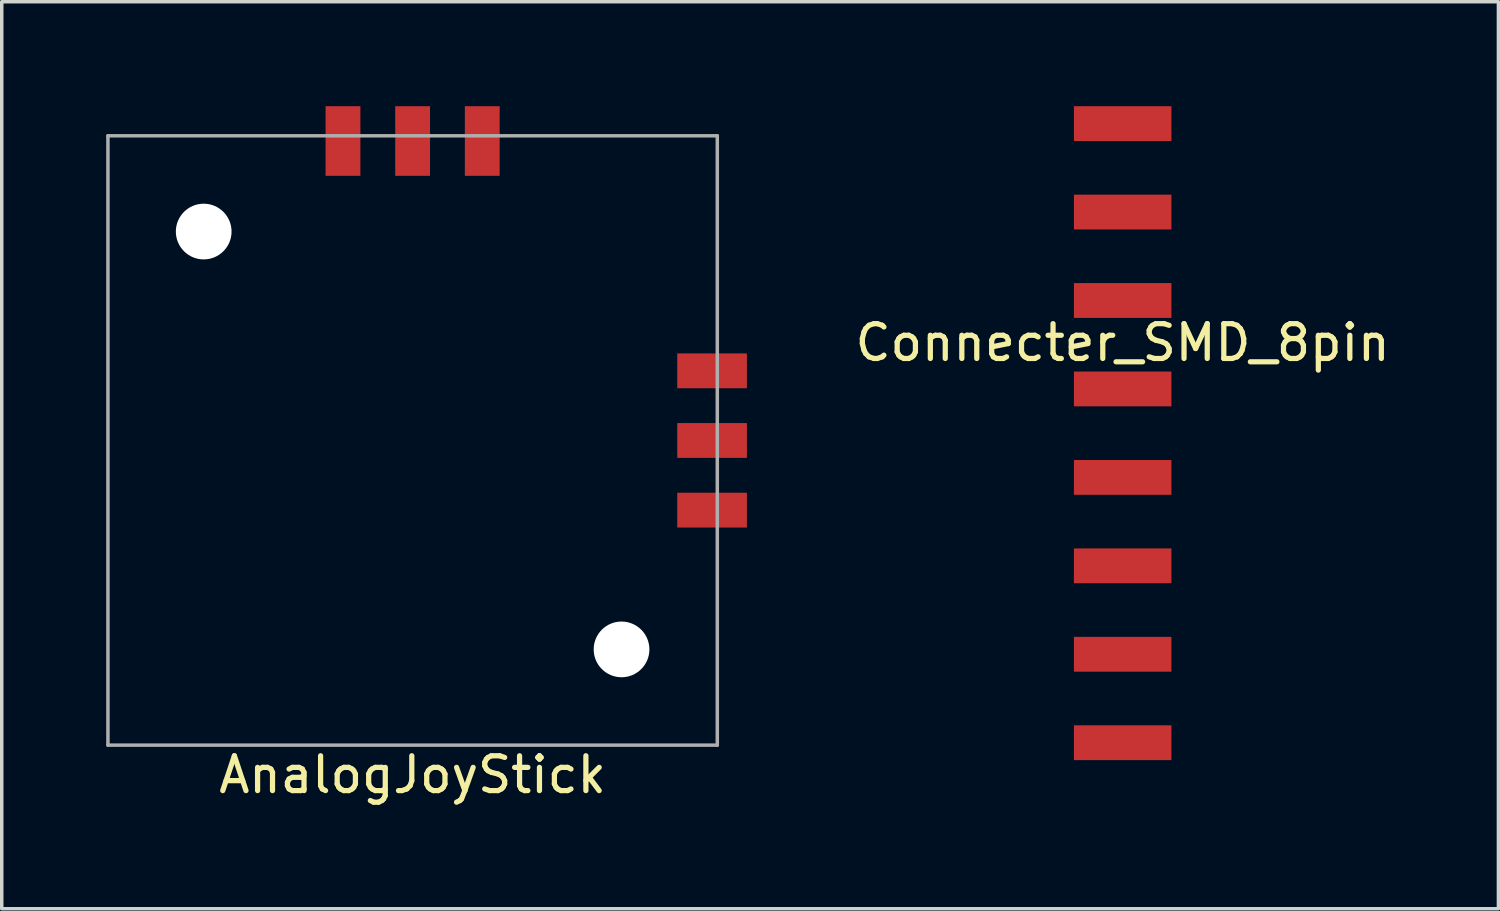
<source format=kicad_pcb>
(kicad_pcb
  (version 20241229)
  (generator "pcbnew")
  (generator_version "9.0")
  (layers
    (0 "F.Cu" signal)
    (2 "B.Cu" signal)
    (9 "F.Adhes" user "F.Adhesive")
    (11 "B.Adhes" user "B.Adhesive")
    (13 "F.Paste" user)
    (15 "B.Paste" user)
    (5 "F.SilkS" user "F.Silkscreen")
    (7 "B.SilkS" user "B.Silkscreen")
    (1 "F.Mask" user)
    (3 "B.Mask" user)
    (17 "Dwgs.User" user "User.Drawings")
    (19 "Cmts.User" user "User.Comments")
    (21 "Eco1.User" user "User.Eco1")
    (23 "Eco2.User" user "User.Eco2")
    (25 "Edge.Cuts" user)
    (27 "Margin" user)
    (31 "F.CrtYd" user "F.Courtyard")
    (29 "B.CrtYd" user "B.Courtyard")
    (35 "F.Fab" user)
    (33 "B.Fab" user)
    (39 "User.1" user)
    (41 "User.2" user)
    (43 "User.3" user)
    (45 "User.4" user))
  (footprint "Connecter_SMD_8pin"
    (layer "F.Cu")
    (at 29.192 9.39)
    (property "Reference" "Connecter_SMD_8pin" (at 0 -2.6 0) (layer "F.SilkS") (effects (font (size 1 1) (thickness 0.15))))
    (attr through_hole)
    (pad "1" smd rect (at 0 8.89) (size 2.8 1) (layers "F.Cu" "F.Mask" "F.Paste"))
    (pad "2" smd rect (at 0 6.35) (size 2.8 1) (layers "F.Cu" "F.Mask" "F.Paste"))
    (pad "3" smd rect (at 0 3.81) (size 2.8 1) (layers "F.Cu" "F.Mask" "F.Paste"))
    (pad "4" smd rect (at 0 1.27) (size 2.8 1) (layers "F.Cu" "F.Mask" "F.Paste"))
    (pad "5" smd rect (at 0 -1.27) (size 2.8 1) (layers "F.Cu" "F.Mask" "F.Paste"))
    (pad "6" smd rect (at 0 -3.81) (size 2.8 1) (layers "F.Cu" "F.Mask" "F.Paste"))
    (pad "7" smd rect (at 0 -6.35) (size 2.8 1) (layers "F.Cu" "F.Mask" "F.Paste"))
    (pad "8" smd rect (at 0 -8.89) (size 2.8 1) (layers "F.Cu" "F.Mask" "F.Paste")))
  (footprint "AnalogJoyStick"
    (layer "F.Cu")
    (at 8.8 9.6)
    (property "Reference" "AnalogJoyStick" (at 0 9.6 0) (layer "F.SilkS") (effects (font (size 1 1) (thickness 0.15))))
    (attr through_hole)
    (fp_line (start -8.75 -8.75) (end -8.75 8.75) (stroke (width 0.1) (type solid)) (layer "F.Fab"))
    (fp_line (start -8.75 -8.75) (end 8.75 -8.75) (stroke (width 0.1) (type solid)) (layer "F.Fab"))
    (fp_line (start -8.75 8.75) (end 8.75 8.75) (stroke (width 0.1) (type solid)) (layer "F.Fab"))
    (fp_line (start 8.75 -8.75) (end 8.75 8.75) (stroke (width 0.1) (type solid)) (layer "F.Fab"))
    (pad "" np_thru_hole circle (at -6 -6) (size 1.6 1.6) (drill 1.6) (layers "*.Cu" "*.Mask"))
    (pad "" np_thru_hole circle (at 6 6) (size 1.6 1.6) (drill 1.6) (layers "*.Cu" "*.Mask"))
    (pad "1" smd rect (at 2 -8.6) (size 1 2) (layers "F.Cu" "F.Mask" "F.Paste"))
    (pad "2" smd rect (at 0 -8.6) (size 1 2) (layers "F.Cu" "F.Mask" "F.Paste"))
    (pad "3" smd rect (at -2 -8.6) (size 1 2) (layers "F.Cu" "F.Mask" "F.Paste"))
    (pad "4" smd rect (at 8.6 2) (size 2 1) (layers "F.Cu" "F.Mask" "F.Paste"))
    (pad "5" smd rect (at 8.6 0) (size 2 1) (layers "F.Cu" "F.Mask" "F.Paste"))
    (pad "6" smd rect (at 8.6 -2) (size 2 1) (layers "F.Cu" "F.Mask" "F.Paste")))
  (gr_rect
    (start -3 -3)
    (end 39.983 23.048)
    (stroke (width 0.1) (type default))
    (fill no)
    (layer "Edge.Cuts")))
</source>
